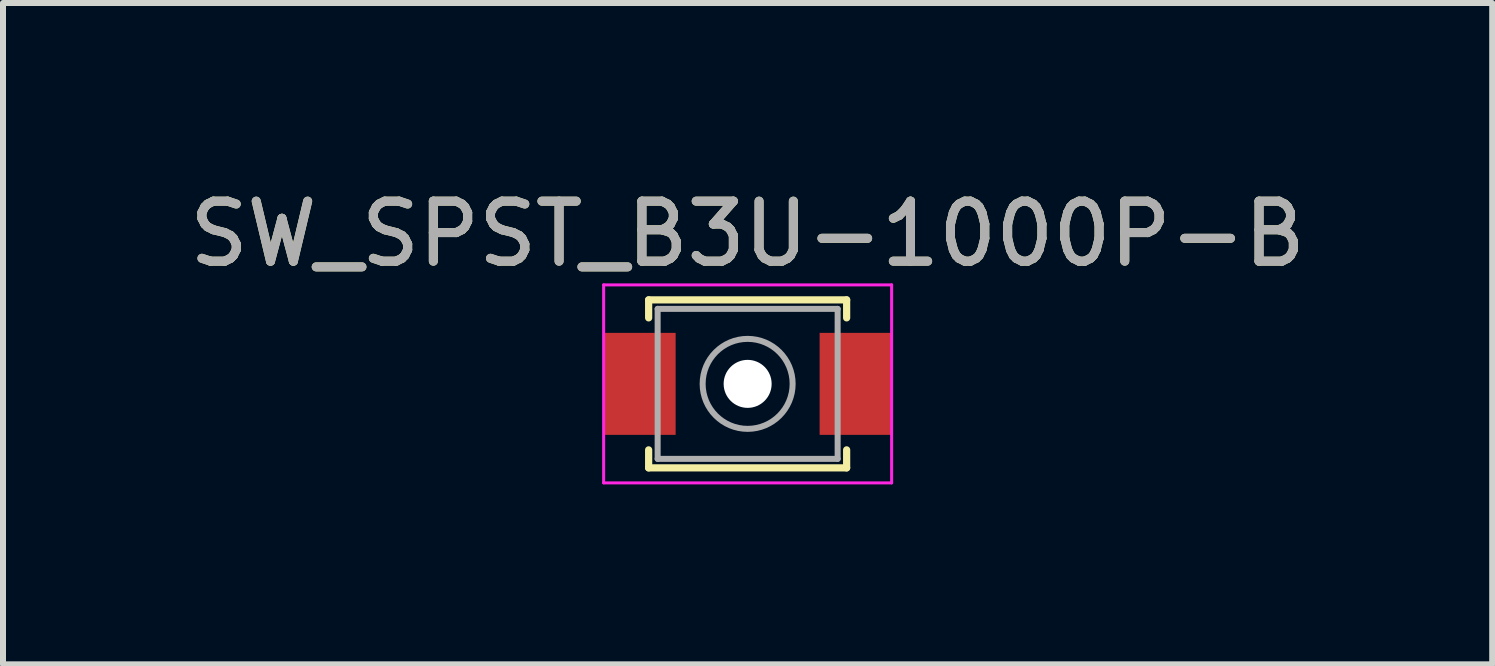
<source format=kicad_pcb>
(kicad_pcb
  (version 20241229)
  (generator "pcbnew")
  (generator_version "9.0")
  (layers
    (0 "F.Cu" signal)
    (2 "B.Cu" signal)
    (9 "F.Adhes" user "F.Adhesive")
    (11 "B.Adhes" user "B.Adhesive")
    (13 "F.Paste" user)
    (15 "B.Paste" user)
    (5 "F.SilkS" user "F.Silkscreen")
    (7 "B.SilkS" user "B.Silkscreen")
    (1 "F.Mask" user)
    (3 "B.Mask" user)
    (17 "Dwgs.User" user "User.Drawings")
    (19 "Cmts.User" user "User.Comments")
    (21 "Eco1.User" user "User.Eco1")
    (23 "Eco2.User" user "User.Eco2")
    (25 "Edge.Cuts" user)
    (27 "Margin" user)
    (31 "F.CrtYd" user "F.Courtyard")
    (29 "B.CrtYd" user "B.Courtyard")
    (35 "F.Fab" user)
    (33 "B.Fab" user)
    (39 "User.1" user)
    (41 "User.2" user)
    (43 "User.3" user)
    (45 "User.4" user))
  (footprint "SW_SPST_B3U-1000P-B"
    (layer "F.Cu")
    (at 9.411 3.348)
    (property "Reference" "SW_SPST_B3U-1000P-B" (at 0 -2.5 0) (layer "F.SilkS") (effects (font (size 1 1) (thickness 0.15))))
    (attr smd)
    (fp_line (start -1.65 -1.4) (end 1.65 -1.4) (stroke (width 0.12) (type solid)) (layer "F.SilkS"))
    (fp_line (start -1.65 -1.1) (end -1.65 -1.4) (stroke (width 0.12) (type solid)) (layer "F.SilkS"))
    (fp_line (start -1.65 1.1) (end -1.65 1.4) (stroke (width 0.12) (type solid)) (layer "F.SilkS"))
    (fp_line (start -1.65 1.4) (end 1.65 1.4) (stroke (width 0.12) (type solid)) (layer "F.SilkS"))
    (fp_line (start 1.65 -1.4) (end 1.65 -1.1) (stroke (width 0.12) (type solid)) (layer "F.SilkS"))
    (fp_line (start 1.65 1.4) (end 1.65 1.1) (stroke (width 0.12) (type solid)) (layer "F.SilkS"))
    (fp_line (start -2.4 -1.65) (end -2.4 1.65) (stroke (width 0.05) (type solid)) (layer "F.CrtYd"))
    (fp_line (start -2.4 1.65) (end 2.4 1.65) (stroke (width 0.05) (type solid)) (layer "F.CrtYd"))
    (fp_line (start 2.4 -1.65) (end -2.4 -1.65) (stroke (width 0.05) (type solid)) (layer "F.CrtYd"))
    (fp_line (start 2.4 1.65) (end 2.4 -1.65) (stroke (width 0.05) (type solid)) (layer "F.CrtYd"))
    (fp_line (start -1.5 -1.25) (end 1.5 -1.25) (stroke (width 0.1) (type solid)) (layer "F.Fab"))
    (fp_line (start -1.5 1.25) (end -1.5 -1.25) (stroke (width 0.1) (type solid)) (layer "F.Fab"))
    (fp_line (start 1.5 -1.25) (end 1.5 1.25) (stroke (width 0.1) (type solid)) (layer "F.Fab"))
    (fp_line (start 1.5 1.25) (end -1.5 1.25) (stroke (width 0.1) (type solid)) (layer "F.Fab"))
    (fp_circle (center 0 0) (end 0.75 0) (stroke (width 0.1) (type solid)) (fill no) (layer "F.Fab"))
    (fp_text user "${REFERENCE}" (at 0 -2.5 0) (layer "F.Fab") (effects (font (size 1 1) (thickness 0.15))))
    (pad "" np_thru_hole circle (at 0 0) (size 0.8 0.8) (drill 0.8) (layers "*.Cu" "*.Mask"))
    (pad "1" smd rect (at -1.8 0) (size 1.2 1.7) (layers "F.Cu" "F.Mask" "F.Paste"))
    (pad "2" smd rect (at 1.8 0) (size 1.2 1.7) (layers "F.Cu" "F.Mask" "F.Paste")))
  (gr_rect
    (start -3 -3)
    (end 21.821 8.023)
    (stroke (width 0.1) (type default))
    (fill no)
    (layer "Edge.Cuts")))
</source>
